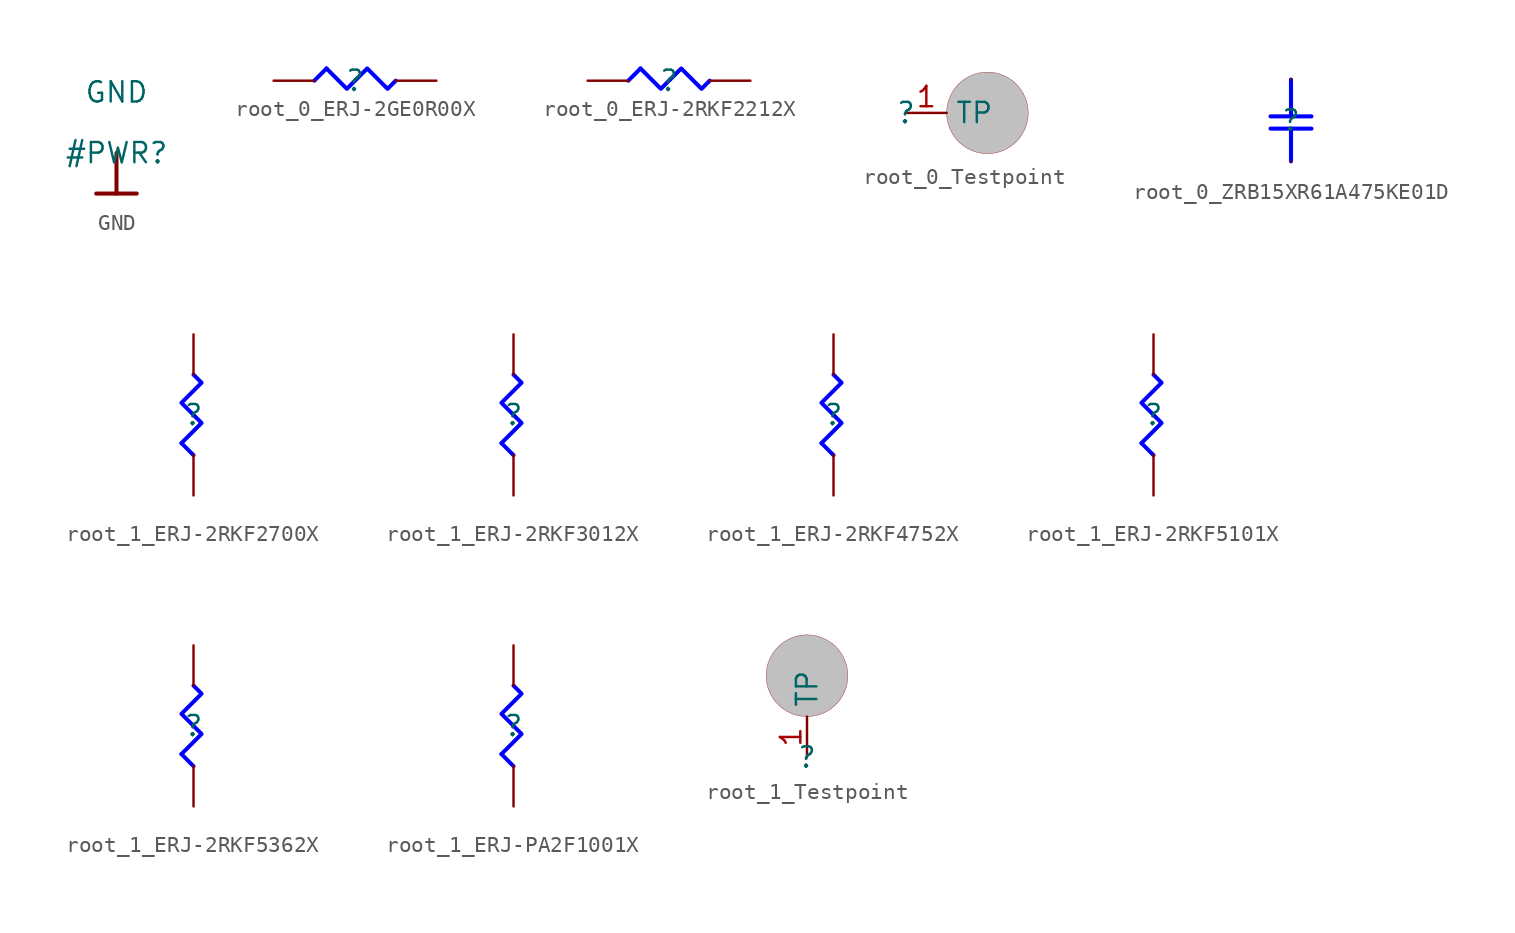
<source format=kicad_sym>
(kicad_symbol_lib
  (version 20220914)
  (generator kicad_symbol_editor)
  (symbol "GND"
    (power)
    (property "Reference" "#PWR"
      (at 0 0 0)
      (effects (font (size 1.27 1.27))))
    (property "Value" "GND"
      (at 0 3.81 0)
      (effects (font (size 1.27 1.27))))
    (symbol "GND_0_0"
      (polyline (pts (xy -1.27 -2.54) (xy 1.27 -2.54)) (stroke (width 0.254) (type solid)) (fill (type none)))
      (polyline (pts (xy 0 0) (xy 0 -2.54)) (stroke (width 0.254) (type solid)) (fill (type none)))
      (pin power_in line (at 0 0 0) (length 0) hide (name "GND" (effects (font (size 1.27 1.27)))) (number "" (effects (font (size 1.27 1.27)))))))
  (symbol "root_0_ERJ-2GE0R00X"
    (property "Reference" ""
      (at 0 0 0)
      (effects (font (size 1.27 1.27))))
    (property "Value" ""
      (at 0 0 0)
      (effects (font (size 1.27 1.27))))
    (symbol "root_0_ERJ-2GE0R00X_1_0"
      (polyline (pts (xy -1.778 0.762) (xy -2.54 0)) (stroke (width 0.254) (type solid) (color 0 0 255 1)) (fill (type none)))
      (polyline (pts (xy -1.778 0.762) (xy -0.508 -0.508) (xy 0.762 0.762) (xy 2.032 -0.508) (xy 2.54 0)) (stroke (width 0.254) (type solid) (color 0 0 255 1)) (fill (type none)))
      (pin passive line (at -5.08 0 0) (length 2.54) (name "1" (effects (font (size 0 0)))) (number "1" (effects (font (size 0 0)))))
      (pin passive line (at 5.08 0 180) (length 2.54) (name "2" (effects (font (size 0 0)))) (number "2" (effects (font (size 0 0)))))))
  (symbol "root_0_ERJ-2RKF2212X"
    (property "Reference" ""
      (at 0 0 0)
      (effects (font (size 1.27 1.27))))
    (property "Value" ""
      (at 0 0 0)
      (effects (font (size 1.27 1.27))))
    (symbol "root_0_ERJ-2RKF2212X_1_0"
      (polyline (pts (xy -1.778 0.762) (xy -2.54 0)) (stroke (width 0.254) (type solid) (color 0 0 255 1)) (fill (type none)))
      (polyline (pts (xy -1.778 0.762) (xy -0.508 -0.508) (xy 0.762 0.762) (xy 2.032 -0.508) (xy 2.54 0)) (stroke (width 0.254) (type solid) (color 0 0 255 1)) (fill (type none)))
      (pin passive line (at -5.08 0 0) (length 2.54) (name "1" (effects (font (size 0 0)))) (number "1" (effects (font (size 0 0)))))
      (pin passive line (at 5.08 0 180) (length 2.54) (name "2" (effects (font (size 0 0)))) (number "2" (effects (font (size 0 0)))))))
  (symbol "root_0_Testpoint"
    (property "Reference" ""
      (at 0 0 0)
      (effects (font (size 1.27 1.27))))
    (property "Value" ""
      (at 0 0 0)
      (effects (font (size 1.27 1.27))))
    (symbol "root_0_Testpoint_1_0"
      (circle (center 5.08 0) (radius 2.54) (stroke (width 0.0001) (type solid)) (fill (type color) (color 192 192 192 1)))
      (pin passive line (at 0 0 0) (length 2.54) (name "TP" (effects (font (size 1.27 1.27)))) (number "1" (effects (font (size 1.27 1.27)))))))
  (symbol "root_0_ZRB15XR61A475KE01D"
    (property "Reference" ""
      (at 0 0 0)
      (effects (font (size 1.27 1.27))))
    (property "Value" ""
      (at 0 0 0)
      (effects (font (size 1.27 1.27))))
    (symbol "root_0_ZRB15XR61A475KE01D_1_0"
      (polyline (pts (xy -1.27 -0.508) (xy 1.27 -0.508)) (stroke (width 0.254) (type solid) (color 0 0 255 1)) (fill (type none)))
      (polyline (pts (xy -1.27 0.254) (xy 1.27 0.254)) (stroke (width 0.254) (type solid) (color 0 0 255 1)) (fill (type none)))
      (polyline (pts (xy 0 -2.54) (xy 0 -0.508)) (stroke (width 0.254) (type solid) (color 0 0 255 1)) (fill (type none)))
      (polyline (pts (xy 0 0.254) (xy 0 2.54)) (stroke (width 0.254) (type solid) (color 0 0 255 1)) (fill (type none)))
      (pin passive line (at 0 2.54 270) (length 0) (name "1" (effects (font (size 0 0)))) (number "1" (effects (font (size 0 0)))))
      (pin passive line (at 0 -2.54 90) (length 0) (name "2" (effects (font (size 0 0)))) (number "2" (effects (font (size 0 0)))))))
  (symbol "root_1_ERJ-2RKF2700X"
    (property "Reference" ""
      (at 0 0 0)
      (effects (font (size 1.27 1.27))))
    (property "Value" ""
      (at 0 0 0)
      (effects (font (size 1.27 1.27))))
    (symbol "root_1_ERJ-2RKF2700X_1_0"
      (polyline (pts (xy -0.762 -1.778) (xy 0 -2.54)) (stroke (width 0.254) (type solid) (color 0 0 255 1)) (fill (type none)))
      (polyline (pts (xy -0.762 -1.778) (xy 0.508 -0.508) (xy -0.762 0.762) (xy 0.508 2.032) (xy 0 2.54)) (stroke (width 0.254) (type solid) (color 0 0 255 1)) (fill (type none)))
      (pin passive line (at 0 -5.08 90) (length 2.54) (name "1" (effects (font (size 0 0)))) (number "1" (effects (font (size 0 0)))))
      (pin passive line (at 0 5.08 270) (length 2.54) (name "2" (effects (font (size 0 0)))) (number "2" (effects (font (size 0 0)))))))
  (symbol "root_1_ERJ-2RKF3012X"
    (property "Reference" ""
      (at 0 0 0)
      (effects (font (size 1.27 1.27))))
    (property "Value" ""
      (at 0 0 0)
      (effects (font (size 1.27 1.27))))
    (symbol "root_1_ERJ-2RKF3012X_1_0"
      (polyline (pts (xy -0.762 -1.778) (xy 0 -2.54)) (stroke (width 0.254) (type solid) (color 0 0 255 1)) (fill (type none)))
      (polyline (pts (xy -0.762 -1.778) (xy 0.508 -0.508) (xy -0.762 0.762) (xy 0.508 2.032) (xy 0 2.54)) (stroke (width 0.254) (type solid) (color 0 0 255 1)) (fill (type none)))
      (pin passive line (at 0 -5.08 90) (length 2.54) (name "1" (effects (font (size 0 0)))) (number "1" (effects (font (size 0 0)))))
      (pin passive line (at 0 5.08 270) (length 2.54) (name "2" (effects (font (size 0 0)))) (number "2" (effects (font (size 0 0)))))))
  (symbol "root_1_ERJ-2RKF4752X"
    (property "Reference" ""
      (at 0 0 0)
      (effects (font (size 1.27 1.27))))
    (property "Value" ""
      (at 0 0 0)
      (effects (font (size 1.27 1.27))))
    (symbol "root_1_ERJ-2RKF4752X_1_0"
      (polyline (pts (xy -0.762 -1.778) (xy 0 -2.54)) (stroke (width 0.254) (type solid) (color 0 0 255 1)) (fill (type none)))
      (polyline (pts (xy -0.762 -1.778) (xy 0.508 -0.508) (xy -0.762 0.762) (xy 0.508 2.032) (xy 0 2.54)) (stroke (width 0.254) (type solid) (color 0 0 255 1)) (fill (type none)))
      (pin passive line (at 0 -5.08 90) (length 2.54) (name "1" (effects (font (size 0 0)))) (number "1" (effects (font (size 0 0)))))
      (pin passive line (at 0 5.08 270) (length 2.54) (name "2" (effects (font (size 0 0)))) (number "2" (effects (font (size 0 0)))))))
  (symbol "root_1_ERJ-2RKF5101X"
    (property "Reference" ""
      (at 0 0 0)
      (effects (font (size 1.27 1.27))))
    (property "Value" ""
      (at 0 0 0)
      (effects (font (size 1.27 1.27))))
    (symbol "root_1_ERJ-2RKF5101X_1_0"
      (polyline (pts (xy -0.762 -1.778) (xy 0 -2.54)) (stroke (width 0.254) (type solid) (color 0 0 255 1)) (fill (type none)))
      (polyline (pts (xy -0.762 -1.778) (xy 0.508 -0.508) (xy -0.762 0.762) (xy 0.508 2.032) (xy 0 2.54)) (stroke (width 0.254) (type solid) (color 0 0 255 1)) (fill (type none)))
      (pin passive line (at 0 -5.08 90) (length 2.54) (name "1" (effects (font (size 0 0)))) (number "1" (effects (font (size 0 0)))))
      (pin passive line (at 0 5.08 270) (length 2.54) (name "2" (effects (font (size 0 0)))) (number "2" (effects (font (size 0 0)))))))
  (symbol "root_1_ERJ-2RKF5362X"
    (property "Reference" ""
      (at 0 0 0)
      (effects (font (size 1.27 1.27))))
    (property "Value" ""
      (at 0 0 0)
      (effects (font (size 1.27 1.27))))
    (symbol "root_1_ERJ-2RKF5362X_1_0"
      (polyline (pts (xy -0.762 -1.778) (xy 0 -2.54)) (stroke (width 0.254) (type solid) (color 0 0 255 1)) (fill (type none)))
      (polyline (pts (xy -0.762 -1.778) (xy 0.508 -0.508) (xy -0.762 0.762) (xy 0.508 2.032) (xy 0 2.54)) (stroke (width 0.254) (type solid) (color 0 0 255 1)) (fill (type none)))
      (pin passive line (at 0 -5.08 90) (length 2.54) (name "1" (effects (font (size 0 0)))) (number "1" (effects (font (size 0 0)))))
      (pin passive line (at 0 5.08 270) (length 2.54) (name "2" (effects (font (size 0 0)))) (number "2" (effects (font (size 0 0)))))))
  (symbol "root_1_ERJ-PA2F1001X"
    (property "Reference" ""
      (at 0 0 0)
      (effects (font (size 1.27 1.27))))
    (property "Value" ""
      (at 0 0 0)
      (effects (font (size 1.27 1.27))))
    (symbol "root_1_ERJ-PA2F1001X_1_0"
      (polyline (pts (xy -0.762 -1.778) (xy 0 -2.54)) (stroke (width 0.254) (type solid) (color 0 0 255 1)) (fill (type none)))
      (polyline (pts (xy -0.762 -1.778) (xy 0.508 -0.508) (xy -0.762 0.762) (xy 0.508 2.032) (xy 0 2.54)) (stroke (width 0.254) (type solid) (color 0 0 255 1)) (fill (type none)))
      (pin passive line (at 0 -5.08 90) (length 2.54) (name "1" (effects (font (size 0 0)))) (number "1" (effects (font (size 0 0)))))
      (pin passive line (at 0 5.08 270) (length 2.54) (name "2" (effects (font (size 0 0)))) (number "2" (effects (font (size 0 0)))))))
  (symbol "root_1_Testpoint"
    (property "Reference" ""
      (at 0 0 0)
      (effects (font (size 1.27 1.27))))
    (property "Value" ""
      (at 0 0 0)
      (effects (font (size 1.27 1.27))))
    (symbol "root_1_Testpoint_1_0"
      (circle (center 0 5.08) (radius 2.54) (stroke (width 0.0001) (type solid)) (fill (type color) (color 192 192 192 1)))
      (pin passive line (at 0 0 90) (length 2.54) (name "TP" (effects (font (size 1.27 1.27)))) (number "1" (effects (font (size 1.27 1.27))))))))
</source>
